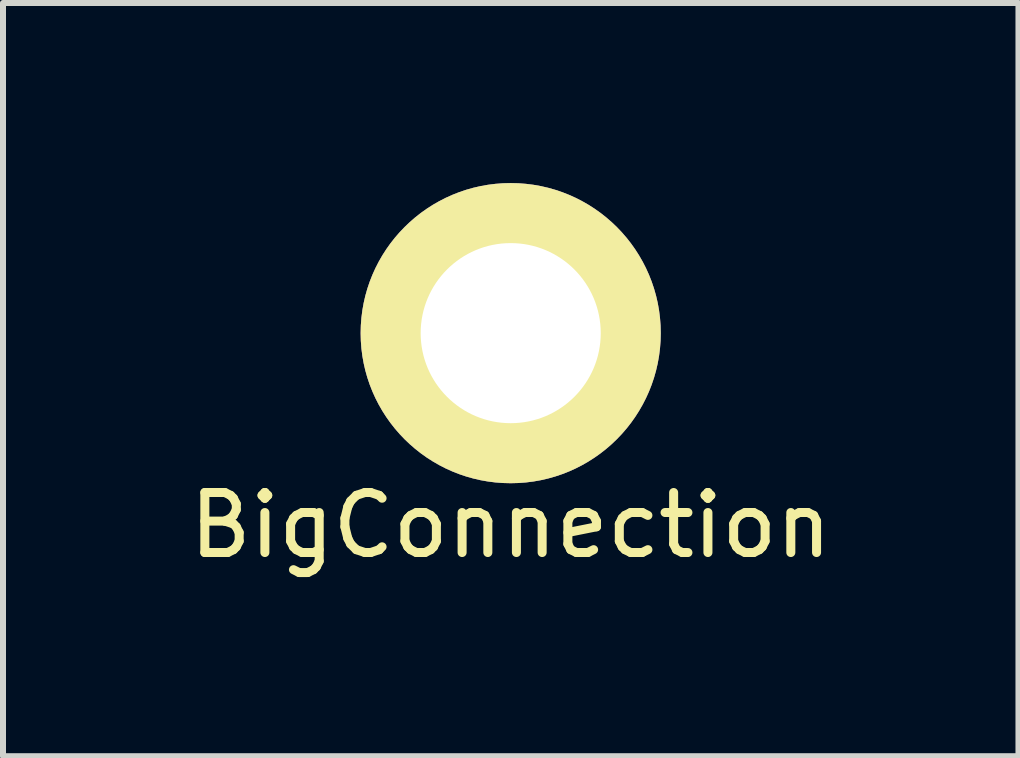
<source format=kicad_pcb>
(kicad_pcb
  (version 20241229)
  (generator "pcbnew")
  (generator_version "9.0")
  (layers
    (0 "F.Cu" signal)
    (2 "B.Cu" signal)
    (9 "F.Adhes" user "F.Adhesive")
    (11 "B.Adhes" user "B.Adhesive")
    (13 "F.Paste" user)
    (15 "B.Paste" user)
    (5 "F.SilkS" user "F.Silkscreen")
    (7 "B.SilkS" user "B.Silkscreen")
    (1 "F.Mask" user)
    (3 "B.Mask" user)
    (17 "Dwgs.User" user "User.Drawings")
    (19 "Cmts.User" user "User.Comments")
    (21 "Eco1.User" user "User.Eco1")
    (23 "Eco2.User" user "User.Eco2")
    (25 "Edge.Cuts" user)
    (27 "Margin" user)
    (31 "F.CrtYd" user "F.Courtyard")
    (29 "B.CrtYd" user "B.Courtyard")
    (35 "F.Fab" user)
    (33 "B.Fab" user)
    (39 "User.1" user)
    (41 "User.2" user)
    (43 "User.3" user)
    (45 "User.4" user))
  (footprint "BigConnection"
    (layer "F.Cu")
    (at 5.458 2.5)
    (property "Reference" "BigConnection" (at 0 3.2 0) (layer "F.SilkS") (effects (font (size 1 1) (thickness 0.15))))
    (attr through_hole)
    (pad "1" thru_hole circle (at 0 0) (size 5 5) (drill 3) (layers "*.Cu" "*.Mask" "F.SilkS")))
  (gr_rect
    (start -3 -3)
    (end 13.917 9.548)
    (stroke (width 0.1) (type default))
    (fill no)
    (layer "Edge.Cuts")))
</source>
